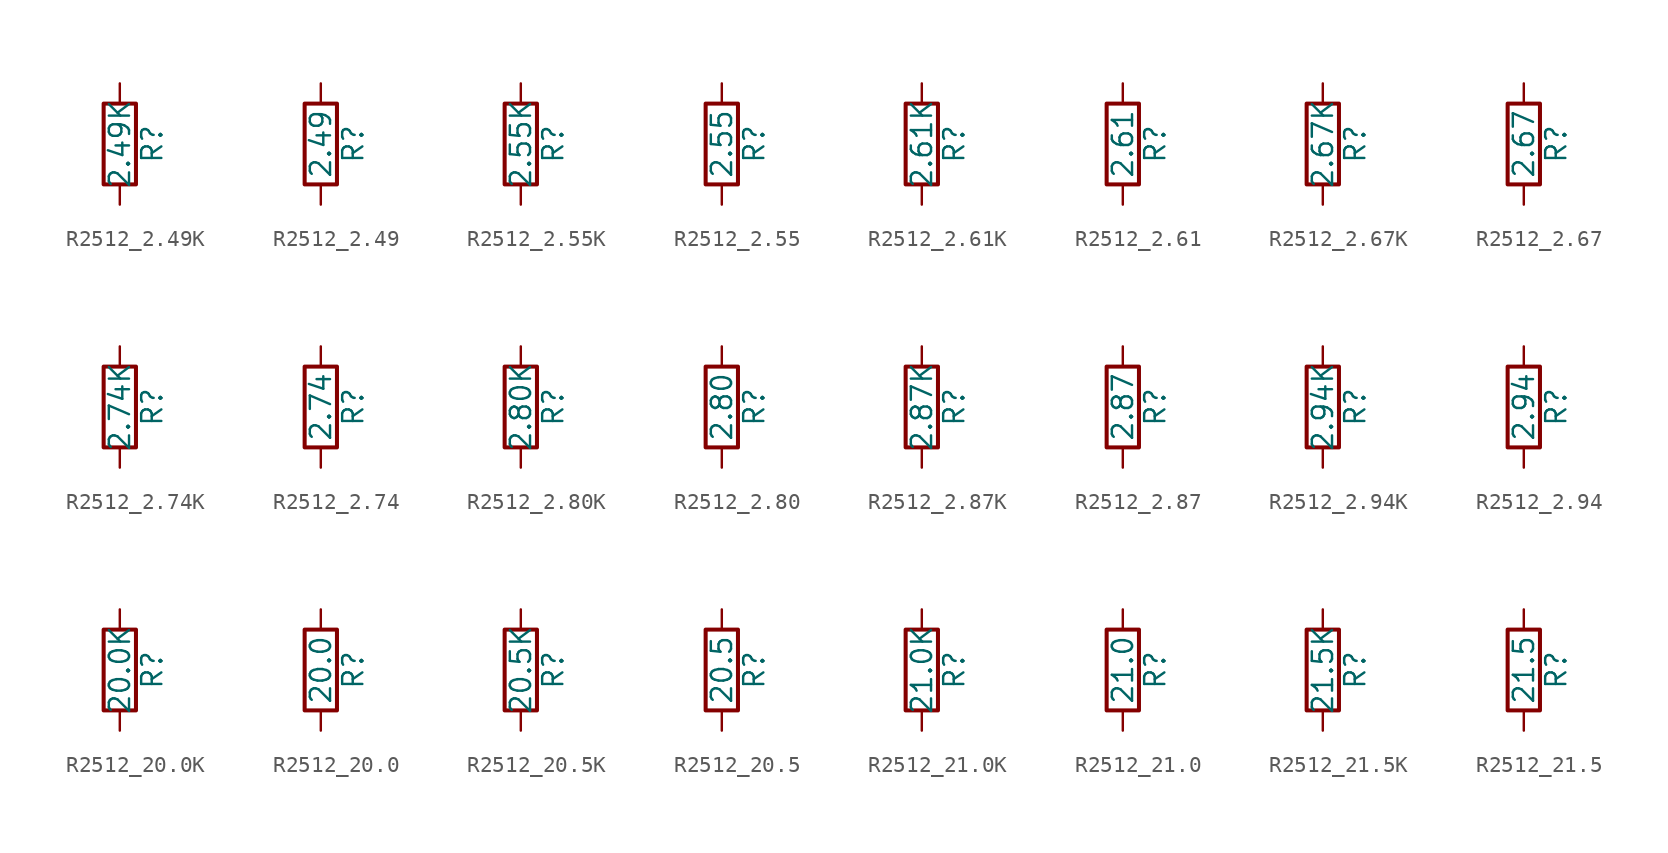
<source format=kicad_sym>
(kicad_symbol_lib
  (version 20211014)
  (generator atlantix-eda)
  (symbol "R2512_2.49K"
    (pin_numbers hide)
    (pin_names
      (offset 0))
    (property "Reference" "R"
      (at 2.032 0 90)
      (effects (font (size 1.27 1.27))))
    (property "Value" "2.49K"
      (at 0 0 90)
      (effects (font (size 1.27 1.27))))
    (symbol "R2512_2.49K_0_1"
      (rectangle (start -1.016 -2.54) (end 1.016 2.54) (stroke (width 0.254) (type default) (color 0 0 0 0)) (fill (type none))))
    (symbol "R2512_2.49K_1_1"
      (pin passive line (at 0 3.81 270) (length 1.27) (name "~" (effects (font (size 1.27 1.27)))) (number "1" (effects (font (size 1.27 1.27)))))
      (pin passive line (at 0 -3.81 90) (length 1.27) (name "~" (effects (font (size 1.27 1.27)))) (number "2" (effects (font (size 1.27 1.27)))))))
  (symbol "R2512_2.49"
    (pin_numbers hide)
    (pin_names
      (offset 0))
    (property "Reference" "R"
      (at 2.032 0 90)
      (effects (font (size 1.27 1.27))))
    (property "Value" "2.49"
      (at 0 0 90)
      (effects (font (size 1.27 1.27))))
    (symbol "R2512_2.49_0_1"
      (rectangle (start -1.016 -2.54) (end 1.016 2.54) (stroke (width 0.254) (type default) (color 0 0 0 0)) (fill (type none))))
    (symbol "R2512_2.49_1_1"
      (pin passive line (at 0 3.81 270) (length 1.27) (name "~" (effects (font (size 1.27 1.27)))) (number "1" (effects (font (size 1.27 1.27)))))
      (pin passive line (at 0 -3.81 90) (length 1.27) (name "~" (effects (font (size 1.27 1.27)))) (number "2" (effects (font (size 1.27 1.27)))))))
  (symbol "R2512_2.55K"
    (pin_numbers hide)
    (pin_names
      (offset 0))
    (property "Reference" "R"
      (at 2.032 0 90)
      (effects (font (size 1.27 1.27))))
    (property "Value" "2.55K"
      (at 0 0 90)
      (effects (font (size 1.27 1.27))))
    (symbol "R2512_2.55K_0_1"
      (rectangle (start -1.016 -2.54) (end 1.016 2.54) (stroke (width 0.254) (type default) (color 0 0 0 0)) (fill (type none))))
    (symbol "R2512_2.55K_1_1"
      (pin passive line (at 0 3.81 270) (length 1.27) (name "~" (effects (font (size 1.27 1.27)))) (number "1" (effects (font (size 1.27 1.27)))))
      (pin passive line (at 0 -3.81 90) (length 1.27) (name "~" (effects (font (size 1.27 1.27)))) (number "2" (effects (font (size 1.27 1.27)))))))
  (symbol "R2512_2.55"
    (pin_numbers hide)
    (pin_names
      (offset 0))
    (property "Reference" "R"
      (at 2.032 0 90)
      (effects (font (size 1.27 1.27))))
    (property "Value" "2.55"
      (at 0 0 90)
      (effects (font (size 1.27 1.27))))
    (symbol "R2512_2.55_0_1"
      (rectangle (start -1.016 -2.54) (end 1.016 2.54) (stroke (width 0.254) (type default) (color 0 0 0 0)) (fill (type none))))
    (symbol "R2512_2.55_1_1"
      (pin passive line (at 0 3.81 270) (length 1.27) (name "~" (effects (font (size 1.27 1.27)))) (number "1" (effects (font (size 1.27 1.27)))))
      (pin passive line (at 0 -3.81 90) (length 1.27) (name "~" (effects (font (size 1.27 1.27)))) (number "2" (effects (font (size 1.27 1.27)))))))
  (symbol "R2512_2.61K"
    (pin_numbers hide)
    (pin_names
      (offset 0))
    (property "Reference" "R"
      (at 2.032 0 90)
      (effects (font (size 1.27 1.27))))
    (property "Value" "2.61K"
      (at 0 0 90)
      (effects (font (size 1.27 1.27))))
    (symbol "R2512_2.61K_0_1"
      (rectangle (start -1.016 -2.54) (end 1.016 2.54) (stroke (width 0.254) (type default) (color 0 0 0 0)) (fill (type none))))
    (symbol "R2512_2.61K_1_1"
      (pin passive line (at 0 3.81 270) (length 1.27) (name "~" (effects (font (size 1.27 1.27)))) (number "1" (effects (font (size 1.27 1.27)))))
      (pin passive line (at 0 -3.81 90) (length 1.27) (name "~" (effects (font (size 1.27 1.27)))) (number "2" (effects (font (size 1.27 1.27)))))))
  (symbol "R2512_2.61"
    (pin_numbers hide)
    (pin_names
      (offset 0))
    (property "Reference" "R"
      (at 2.032 0 90)
      (effects (font (size 1.27 1.27))))
    (property "Value" "2.61"
      (at 0 0 90)
      (effects (font (size 1.27 1.27))))
    (symbol "R2512_2.61_0_1"
      (rectangle (start -1.016 -2.54) (end 1.016 2.54) (stroke (width 0.254) (type default) (color 0 0 0 0)) (fill (type none))))
    (symbol "R2512_2.61_1_1"
      (pin passive line (at 0 3.81 270) (length 1.27) (name "~" (effects (font (size 1.27 1.27)))) (number "1" (effects (font (size 1.27 1.27)))))
      (pin passive line (at 0 -3.81 90) (length 1.27) (name "~" (effects (font (size 1.27 1.27)))) (number "2" (effects (font (size 1.27 1.27)))))))
  (symbol "R2512_2.67K"
    (pin_numbers hide)
    (pin_names
      (offset 0))
    (property "Reference" "R"
      (at 2.032 0 90)
      (effects (font (size 1.27 1.27))))
    (property "Value" "2.67K"
      (at 0 0 90)
      (effects (font (size 1.27 1.27))))
    (symbol "R2512_2.67K_0_1"
      (rectangle (start -1.016 -2.54) (end 1.016 2.54) (stroke (width 0.254) (type default) (color 0 0 0 0)) (fill (type none))))
    (symbol "R2512_2.67K_1_1"
      (pin passive line (at 0 3.81 270) (length 1.27) (name "~" (effects (font (size 1.27 1.27)))) (number "1" (effects (font (size 1.27 1.27)))))
      (pin passive line (at 0 -3.81 90) (length 1.27) (name "~" (effects (font (size 1.27 1.27)))) (number "2" (effects (font (size 1.27 1.27)))))))
  (symbol "R2512_2.67"
    (pin_numbers hide)
    (pin_names
      (offset 0))
    (property "Reference" "R"
      (at 2.032 0 90)
      (effects (font (size 1.27 1.27))))
    (property "Value" "2.67"
      (at 0 0 90)
      (effects (font (size 1.27 1.27))))
    (symbol "R2512_2.67_0_1"
      (rectangle (start -1.016 -2.54) (end 1.016 2.54) (stroke (width 0.254) (type default) (color 0 0 0 0)) (fill (type none))))
    (symbol "R2512_2.67_1_1"
      (pin passive line (at 0 3.81 270) (length 1.27) (name "~" (effects (font (size 1.27 1.27)))) (number "1" (effects (font (size 1.27 1.27)))))
      (pin passive line (at 0 -3.81 90) (length 1.27) (name "~" (effects (font (size 1.27 1.27)))) (number "2" (effects (font (size 1.27 1.27)))))))
  (symbol "R2512_2.74K"
    (pin_numbers hide)
    (pin_names
      (offset 0))
    (property "Reference" "R"
      (at 2.032 0 90)
      (effects (font (size 1.27 1.27))))
    (property "Value" "2.74K"
      (at 0 0 90)
      (effects (font (size 1.27 1.27))))
    (symbol "R2512_2.74K_0_1"
      (rectangle (start -1.016 -2.54) (end 1.016 2.54) (stroke (width 0.254) (type default) (color 0 0 0 0)) (fill (type none))))
    (symbol "R2512_2.74K_1_1"
      (pin passive line (at 0 3.81 270) (length 1.27) (name "~" (effects (font (size 1.27 1.27)))) (number "1" (effects (font (size 1.27 1.27)))))
      (pin passive line (at 0 -3.81 90) (length 1.27) (name "~" (effects (font (size 1.27 1.27)))) (number "2" (effects (font (size 1.27 1.27)))))))
  (symbol "R2512_2.74"
    (pin_numbers hide)
    (pin_names
      (offset 0))
    (property "Reference" "R"
      (at 2.032 0 90)
      (effects (font (size 1.27 1.27))))
    (property "Value" "2.74"
      (at 0 0 90)
      (effects (font (size 1.27 1.27))))
    (symbol "R2512_2.74_0_1"
      (rectangle (start -1.016 -2.54) (end 1.016 2.54) (stroke (width 0.254) (type default) (color 0 0 0 0)) (fill (type none))))
    (symbol "R2512_2.74_1_1"
      (pin passive line (at 0 3.81 270) (length 1.27) (name "~" (effects (font (size 1.27 1.27)))) (number "1" (effects (font (size 1.27 1.27)))))
      (pin passive line (at 0 -3.81 90) (length 1.27) (name "~" (effects (font (size 1.27 1.27)))) (number "2" (effects (font (size 1.27 1.27)))))))
  (symbol "R2512_2.80K"
    (pin_numbers hide)
    (pin_names
      (offset 0))
    (property "Reference" "R"
      (at 2.032 0 90)
      (effects (font (size 1.27 1.27))))
    (property "Value" "2.80K"
      (at 0 0 90)
      (effects (font (size 1.27 1.27))))
    (symbol "R2512_2.80K_0_1"
      (rectangle (start -1.016 -2.54) (end 1.016 2.54) (stroke (width 0.254) (type default) (color 0 0 0 0)) (fill (type none))))
    (symbol "R2512_2.80K_1_1"
      (pin passive line (at 0 3.81 270) (length 1.27) (name "~" (effects (font (size 1.27 1.27)))) (number "1" (effects (font (size 1.27 1.27)))))
      (pin passive line (at 0 -3.81 90) (length 1.27) (name "~" (effects (font (size 1.27 1.27)))) (number "2" (effects (font (size 1.27 1.27)))))))
  (symbol "R2512_2.80"
    (pin_numbers hide)
    (pin_names
      (offset 0))
    (property "Reference" "R"
      (at 2.032 0 90)
      (effects (font (size 1.27 1.27))))
    (property "Value" "2.80"
      (at 0 0 90)
      (effects (font (size 1.27 1.27))))
    (symbol "R2512_2.80_0_1"
      (rectangle (start -1.016 -2.54) (end 1.016 2.54) (stroke (width 0.254) (type default) (color 0 0 0 0)) (fill (type none))))
    (symbol "R2512_2.80_1_1"
      (pin passive line (at 0 3.81 270) (length 1.27) (name "~" (effects (font (size 1.27 1.27)))) (number "1" (effects (font (size 1.27 1.27)))))
      (pin passive line (at 0 -3.81 90) (length 1.27) (name "~" (effects (font (size 1.27 1.27)))) (number "2" (effects (font (size 1.27 1.27)))))))
  (symbol "R2512_2.87K"
    (pin_numbers hide)
    (pin_names
      (offset 0))
    (property "Reference" "R"
      (at 2.032 0 90)
      (effects (font (size 1.27 1.27))))
    (property "Value" "2.87K"
      (at 0 0 90)
      (effects (font (size 1.27 1.27))))
    (symbol "R2512_2.87K_0_1"
      (rectangle (start -1.016 -2.54) (end 1.016 2.54) (stroke (width 0.254) (type default) (color 0 0 0 0)) (fill (type none))))
    (symbol "R2512_2.87K_1_1"
      (pin passive line (at 0 3.81 270) (length 1.27) (name "~" (effects (font (size 1.27 1.27)))) (number "1" (effects (font (size 1.27 1.27)))))
      (pin passive line (at 0 -3.81 90) (length 1.27) (name "~" (effects (font (size 1.27 1.27)))) (number "2" (effects (font (size 1.27 1.27)))))))
  (symbol "R2512_2.87"
    (pin_numbers hide)
    (pin_names
      (offset 0))
    (property "Reference" "R"
      (at 2.032 0 90)
      (effects (font (size 1.27 1.27))))
    (property "Value" "2.87"
      (at 0 0 90)
      (effects (font (size 1.27 1.27))))
    (symbol "R2512_2.87_0_1"
      (rectangle (start -1.016 -2.54) (end 1.016 2.54) (stroke (width 0.254) (type default) (color 0 0 0 0)) (fill (type none))))
    (symbol "R2512_2.87_1_1"
      (pin passive line (at 0 3.81 270) (length 1.27) (name "~" (effects (font (size 1.27 1.27)))) (number "1" (effects (font (size 1.27 1.27)))))
      (pin passive line (at 0 -3.81 90) (length 1.27) (name "~" (effects (font (size 1.27 1.27)))) (number "2" (effects (font (size 1.27 1.27)))))))
  (symbol "R2512_2.94K"
    (pin_numbers hide)
    (pin_names
      (offset 0))
    (property "Reference" "R"
      (at 2.032 0 90)
      (effects (font (size 1.27 1.27))))
    (property "Value" "2.94K"
      (at 0 0 90)
      (effects (font (size 1.27 1.27))))
    (symbol "R2512_2.94K_0_1"
      (rectangle (start -1.016 -2.54) (end 1.016 2.54) (stroke (width 0.254) (type default) (color 0 0 0 0)) (fill (type none))))
    (symbol "R2512_2.94K_1_1"
      (pin passive line (at 0 3.81 270) (length 1.27) (name "~" (effects (font (size 1.27 1.27)))) (number "1" (effects (font (size 1.27 1.27)))))
      (pin passive line (at 0 -3.81 90) (length 1.27) (name "~" (effects (font (size 1.27 1.27)))) (number "2" (effects (font (size 1.27 1.27)))))))
  (symbol "R2512_2.94"
    (pin_numbers hide)
    (pin_names
      (offset 0))
    (property "Reference" "R"
      (at 2.032 0 90)
      (effects (font (size 1.27 1.27))))
    (property "Value" "2.94"
      (at 0 0 90)
      (effects (font (size 1.27 1.27))))
    (symbol "R2512_2.94_0_1"
      (rectangle (start -1.016 -2.54) (end 1.016 2.54) (stroke (width 0.254) (type default) (color 0 0 0 0)) (fill (type none))))
    (symbol "R2512_2.94_1_1"
      (pin passive line (at 0 3.81 270) (length 1.27) (name "~" (effects (font (size 1.27 1.27)))) (number "1" (effects (font (size 1.27 1.27)))))
      (pin passive line (at 0 -3.81 90) (length 1.27) (name "~" (effects (font (size 1.27 1.27)))) (number "2" (effects (font (size 1.27 1.27)))))))
  (symbol "R2512_20.0K"
    (pin_numbers hide)
    (pin_names
      (offset 0))
    (property "Reference" "R"
      (at 2.032 0 90)
      (effects (font (size 1.27 1.27))))
    (property "Value" "20.0K"
      (at 0 0 90)
      (effects (font (size 1.27 1.27))))
    (symbol "R2512_20.0K_0_1"
      (rectangle (start -1.016 -2.54) (end 1.016 2.54) (stroke (width 0.254) (type default) (color 0 0 0 0)) (fill (type none))))
    (symbol "R2512_20.0K_1_1"
      (pin passive line (at 0 3.81 270) (length 1.27) (name "~" (effects (font (size 1.27 1.27)))) (number "1" (effects (font (size 1.27 1.27)))))
      (pin passive line (at 0 -3.81 90) (length 1.27) (name "~" (effects (font (size 1.27 1.27)))) (number "2" (effects (font (size 1.27 1.27)))))))
  (symbol "R2512_20.0"
    (pin_numbers hide)
    (pin_names
      (offset 0))
    (property "Reference" "R"
      (at 2.032 0 90)
      (effects (font (size 1.27 1.27))))
    (property "Value" "20.0"
      (at 0 0 90)
      (effects (font (size 1.27 1.27))))
    (symbol "R2512_20.0_0_1"
      (rectangle (start -1.016 -2.54) (end 1.016 2.54) (stroke (width 0.254) (type default) (color 0 0 0 0)) (fill (type none))))
    (symbol "R2512_20.0_1_1"
      (pin passive line (at 0 3.81 270) (length 1.27) (name "~" (effects (font (size 1.27 1.27)))) (number "1" (effects (font (size 1.27 1.27)))))
      (pin passive line (at 0 -3.81 90) (length 1.27) (name "~" (effects (font (size 1.27 1.27)))) (number "2" (effects (font (size 1.27 1.27)))))))
  (symbol "R2512_20.5K"
    (pin_numbers hide)
    (pin_names
      (offset 0))
    (property "Reference" "R"
      (at 2.032 0 90)
      (effects (font (size 1.27 1.27))))
    (property "Value" "20.5K"
      (at 0 0 90)
      (effects (font (size 1.27 1.27))))
    (symbol "R2512_20.5K_0_1"
      (rectangle (start -1.016 -2.54) (end 1.016 2.54) (stroke (width 0.254) (type default) (color 0 0 0 0)) (fill (type none))))
    (symbol "R2512_20.5K_1_1"
      (pin passive line (at 0 3.81 270) (length 1.27) (name "~" (effects (font (size 1.27 1.27)))) (number "1" (effects (font (size 1.27 1.27)))))
      (pin passive line (at 0 -3.81 90) (length 1.27) (name "~" (effects (font (size 1.27 1.27)))) (number "2" (effects (font (size 1.27 1.27)))))))
  (symbol "R2512_20.5"
    (pin_numbers hide)
    (pin_names
      (offset 0))
    (property "Reference" "R"
      (at 2.032 0 90)
      (effects (font (size 1.27 1.27))))
    (property "Value" "20.5"
      (at 0 0 90)
      (effects (font (size 1.27 1.27))))
    (symbol "R2512_20.5_0_1"
      (rectangle (start -1.016 -2.54) (end 1.016 2.54) (stroke (width 0.254) (type default) (color 0 0 0 0)) (fill (type none))))
    (symbol "R2512_20.5_1_1"
      (pin passive line (at 0 3.81 270) (length 1.27) (name "~" (effects (font (size 1.27 1.27)))) (number "1" (effects (font (size 1.27 1.27)))))
      (pin passive line (at 0 -3.81 90) (length 1.27) (name "~" (effects (font (size 1.27 1.27)))) (number "2" (effects (font (size 1.27 1.27)))))))
  (symbol "R2512_21.0K"
    (pin_numbers hide)
    (pin_names
      (offset 0))
    (property "Reference" "R"
      (at 2.032 0 90)
      (effects (font (size 1.27 1.27))))
    (property "Value" "21.0K"
      (at 0 0 90)
      (effects (font (size 1.27 1.27))))
    (symbol "R2512_21.0K_0_1"
      (rectangle (start -1.016 -2.54) (end 1.016 2.54) (stroke (width 0.254) (type default) (color 0 0 0 0)) (fill (type none))))
    (symbol "R2512_21.0K_1_1"
      (pin passive line (at 0 3.81 270) (length 1.27) (name "~" (effects (font (size 1.27 1.27)))) (number "1" (effects (font (size 1.27 1.27)))))
      (pin passive line (at 0 -3.81 90) (length 1.27) (name "~" (effects (font (size 1.27 1.27)))) (number "2" (effects (font (size 1.27 1.27)))))))
  (symbol "R2512_21.0"
    (pin_numbers hide)
    (pin_names
      (offset 0))
    (property "Reference" "R"
      (at 2.032 0 90)
      (effects (font (size 1.27 1.27))))
    (property "Value" "21.0"
      (at 0 0 90)
      (effects (font (size 1.27 1.27))))
    (symbol "R2512_21.0_0_1"
      (rectangle (start -1.016 -2.54) (end 1.016 2.54) (stroke (width 0.254) (type default) (color 0 0 0 0)) (fill (type none))))
    (symbol "R2512_21.0_1_1"
      (pin passive line (at 0 3.81 270) (length 1.27) (name "~" (effects (font (size 1.27 1.27)))) (number "1" (effects (font (size 1.27 1.27)))))
      (pin passive line (at 0 -3.81 90) (length 1.27) (name "~" (effects (font (size 1.27 1.27)))) (number "2" (effects (font (size 1.27 1.27)))))))
  (symbol "R2512_21.5K"
    (pin_numbers hide)
    (pin_names
      (offset 0))
    (property "Reference" "R"
      (at 2.032 0 90)
      (effects (font (size 1.27 1.27))))
    (property "Value" "21.5K"
      (at 0 0 90)
      (effects (font (size 1.27 1.27))))
    (symbol "R2512_21.5K_0_1"
      (rectangle (start -1.016 -2.54) (end 1.016 2.54) (stroke (width 0.254) (type default) (color 0 0 0 0)) (fill (type none))))
    (symbol "R2512_21.5K_1_1"
      (pin passive line (at 0 3.81 270) (length 1.27) (name "~" (effects (font (size 1.27 1.27)))) (number "1" (effects (font (size 1.27 1.27)))))
      (pin passive line (at 0 -3.81 90) (length 1.27) (name "~" (effects (font (size 1.27 1.27)))) (number "2" (effects (font (size 1.27 1.27)))))))
  (symbol "R2512_21.5"
    (pin_numbers hide)
    (pin_names
      (offset 0))
    (property "Reference" "R"
      (at 2.032 0 90)
      (effects (font (size 1.27 1.27))))
    (property "Value" "21.5"
      (at 0 0 90)
      (effects (font (size 1.27 1.27))))
    (symbol "R2512_21.5_0_1"
      (rectangle (start -1.016 -2.54) (end 1.016 2.54) (stroke (width 0.254) (type default) (color 0 0 0 0)) (fill (type none))))
    (symbol "R2512_21.5_1_1"
      (pin passive line (at 0 3.81 270) (length 1.27) (name "~" (effects (font (size 1.27 1.27)))) (number "1" (effects (font (size 1.27 1.27)))))
      (pin passive line (at 0 -3.81 90) (length 1.27) (name "~" (effects (font (size 1.27 1.27)))) (number "2" (effects (font (size 1.27 1.27))))))))
</source>
